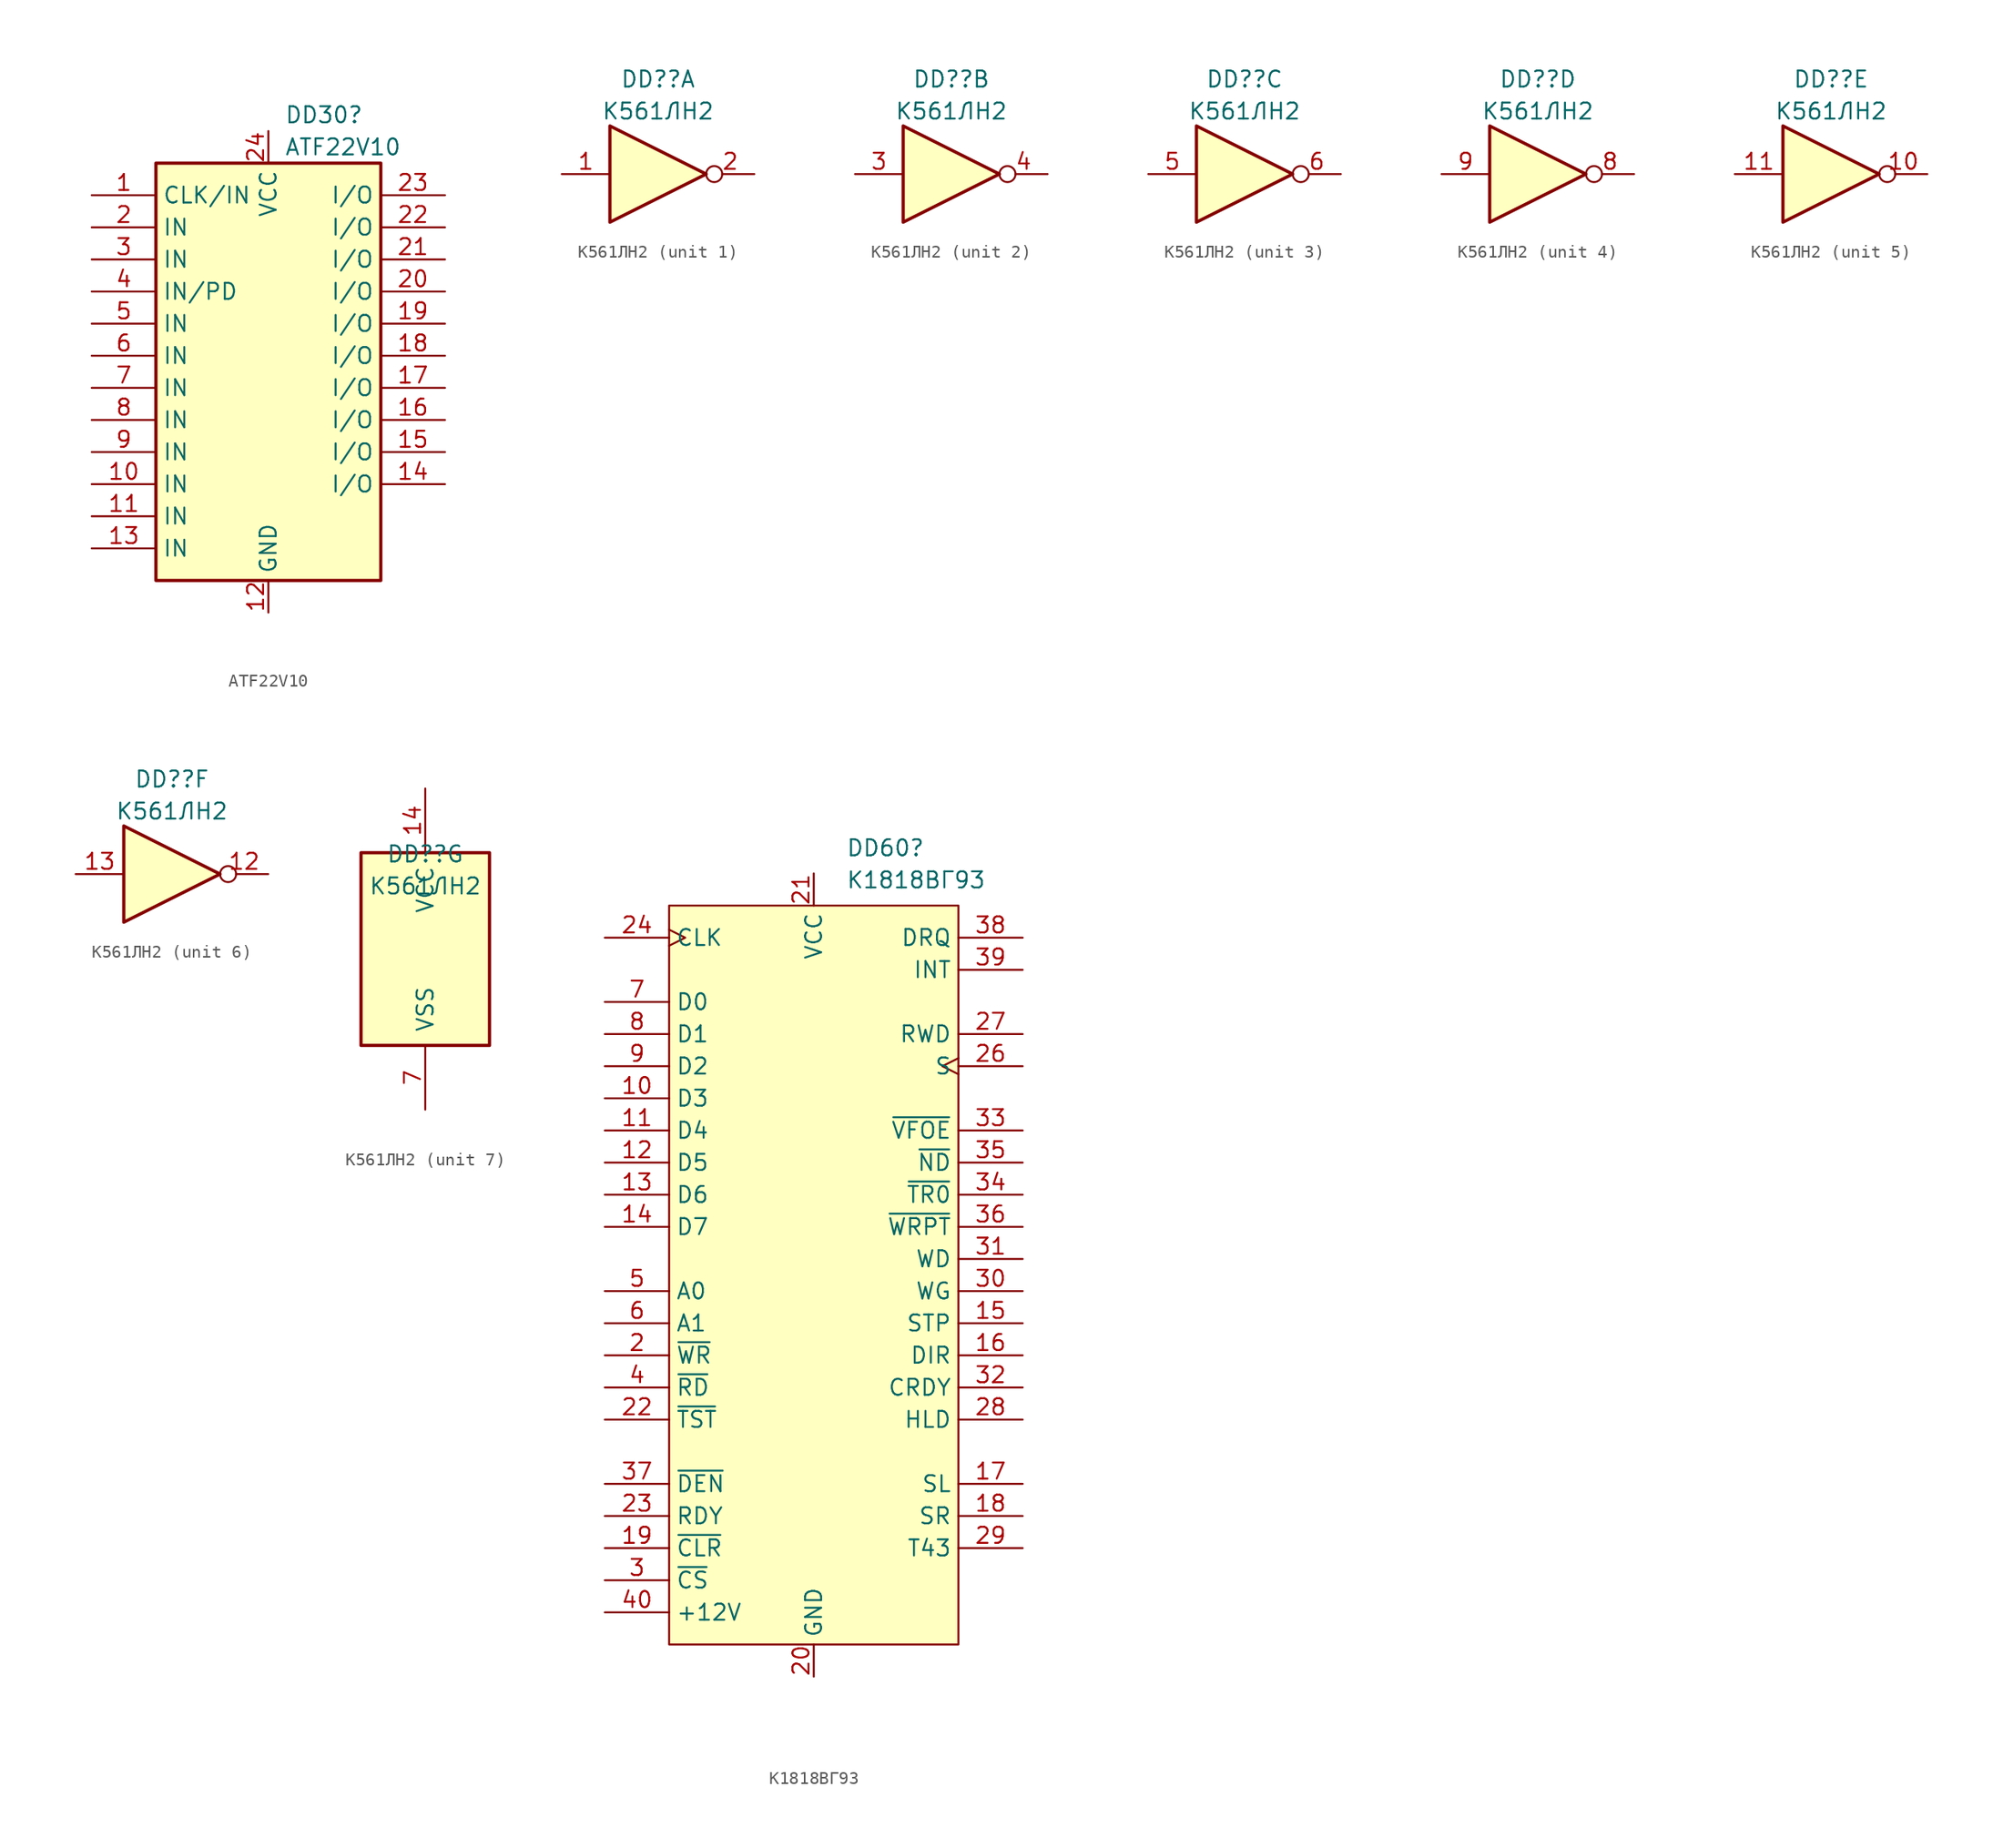
<source format=kicad_sym>
(kicad_symbol_lib
  (version 20211014)
  (generator kicad_symbol_editor)
  (symbol "ATF22V10"
    (property "Reference" "DD30"
      (at 1.27 20.32 0)
      (effects (font (size 1.27 1.27)) (justify left)))
    (property "Value" "ATF22V10"
      (at 1.27 17.78 0)
      (effects (font (size 1.27 1.27)) (justify left)))
    (symbol "ATF22V10_1_0"
      (rectangle (start -8.89 16.51) (end 8.89 -16.51) (stroke (width 0.254) (type default) (color 0 0 0 0)) (fill (type background)))
      (pin input line (at -13.97 13.97 0) (length 5.08) (name "CLK/IN" (effects (font (size 1.27 1.27)))) (number "1" (effects (font (size 1.27 1.27)))))
      (pin input line (at -13.97 -8.89 0) (length 5.08) (name "IN" (effects (font (size 1.27 1.27)))) (number "10" (effects (font (size 1.27 1.27)))))
      (pin input line (at -13.97 -11.43 0) (length 5.08) (name "IN" (effects (font (size 1.27 1.27)))) (number "11" (effects (font (size 1.27 1.27)))))
      (pin power_in line (at 0 -19.05 90) (length 2.54) (name "GND" (effects (font (size 1.27 1.27)))) (number "12" (effects (font (size 1.27 1.27)))))
      (pin input line (at -13.97 -13.97 0) (length 5.08) (name "IN" (effects (font (size 1.27 1.27)))) (number "13" (effects (font (size 1.27 1.27)))))
      (pin bidirectional line (at 13.97 -8.89 180) (length 5.08) (name "I/O" (effects (font (size 1.27 1.27)))) (number "14" (effects (font (size 1.27 1.27)))))
      (pin bidirectional line (at 13.97 -6.35 180) (length 5.08) (name "I/O" (effects (font (size 1.27 1.27)))) (number "15" (effects (font (size 1.27 1.27)))))
      (pin bidirectional line (at 13.97 -3.81 180) (length 5.08) (name "I/O" (effects (font (size 1.27 1.27)))) (number "16" (effects (font (size 1.27 1.27)))))
      (pin bidirectional line (at 13.97 -1.27 180) (length 5.08) (name "I/O" (effects (font (size 1.27 1.27)))) (number "17" (effects (font (size 1.27 1.27)))))
      (pin bidirectional line (at 13.97 1.27 180) (length 5.08) (name "I/O" (effects (font (size 1.27 1.27)))) (number "18" (effects (font (size 1.27 1.27)))))
      (pin bidirectional line (at 13.97 3.81 180) (length 5.08) (name "I/O" (effects (font (size 1.27 1.27)))) (number "19" (effects (font (size 1.27 1.27)))))
      (pin input line (at -13.97 11.43 0) (length 5.08) (name "IN" (effects (font (size 1.27 1.27)))) (number "2" (effects (font (size 1.27 1.27)))))
      (pin bidirectional line (at 13.97 6.35 180) (length 5.08) (name "I/O" (effects (font (size 1.27 1.27)))) (number "20" (effects (font (size 1.27 1.27)))))
      (pin bidirectional line (at 13.97 8.89 180) (length 5.08) (name "I/O" (effects (font (size 1.27 1.27)))) (number "21" (effects (font (size 1.27 1.27)))))
      (pin bidirectional line (at 13.97 11.43 180) (length 5.08) (name "I/O" (effects (font (size 1.27 1.27)))) (number "22" (effects (font (size 1.27 1.27)))))
      (pin bidirectional line (at 13.97 13.97 180) (length 5.08) (name "I/O" (effects (font (size 1.27 1.27)))) (number "23" (effects (font (size 1.27 1.27)))))
      (pin power_in line (at 0 19.05 270) (length 2.54) (name "VCC" (effects (font (size 1.27 1.27)))) (number "24" (effects (font (size 1.27 1.27)))))
      (pin input line (at -13.97 8.89 0) (length 5.08) (name "IN" (effects (font (size 1.27 1.27)))) (number "3" (effects (font (size 1.27 1.27)))))
      (pin input line (at -13.97 6.35 0) (length 5.08) (name "IN/PD" (effects (font (size 1.27 1.27)))) (number "4" (effects (font (size 1.27 1.27)))))
      (pin input line (at -13.97 3.81 0) (length 5.08) (name "IN" (effects (font (size 1.27 1.27)))) (number "5" (effects (font (size 1.27 1.27)))))
      (pin input line (at -13.97 1.27 0) (length 5.08) (name "IN" (effects (font (size 1.27 1.27)))) (number "6" (effects (font (size 1.27 1.27)))))
      (pin input line (at -13.97 -1.27 0) (length 5.08) (name "IN" (effects (font (size 1.27 1.27)))) (number "7" (effects (font (size 1.27 1.27)))))
      (pin input line (at -13.97 -3.81 0) (length 5.08) (name "IN" (effects (font (size 1.27 1.27)))) (number "8" (effects (font (size 1.27 1.27)))))
      (pin input line (at -13.97 -6.35 0) (length 5.08) (name "IN" (effects (font (size 1.27 1.27)))) (number "9" (effects (font (size 1.27 1.27)))))))
  (symbol "К561ЛН2"
    (pin_names
      (offset 1.016))
    (property "Reference" "DD?"
      (at 0 7.51 0)
      (effects (font (size 1.27 1.27))))
    (property "Value" "К561ЛН2"
      (at 0 4.973 0)
      (effects (font (size 1.27 1.27))))
    (property "ki_locked" ""
      (at 0 0 0)
      (effects (font (size 1.27 1.27))))
    (symbol "К561ЛН2_1_0"
      (polyline (pts (xy -3.81 3.81) (xy -3.81 -3.81) (xy 3.81 0) (xy -3.81 3.81)) (stroke (width 0.254) (type default) (color 0 0 0 0)) (fill (type background)))
      (pin input line (at -7.62 0 0) (length 3.81) (name "~" (effects (font (size 1.27 1.27)))) (number "1" (effects (font (size 1.27 1.27)))))
      (pin output inverted (at 7.62 0 180) (length 3.81) (name "~" (effects (font (size 1.27 1.27)))) (number "2" (effects (font (size 1.27 1.27))))))
    (symbol "К561ЛН2_2_0"
      (polyline (pts (xy -3.81 3.81) (xy -3.81 -3.81) (xy 3.81 0) (xy -3.81 3.81)) (stroke (width 0.254) (type default) (color 0 0 0 0)) (fill (type background)))
      (pin input line (at -7.62 0 0) (length 3.81) (name "~" (effects (font (size 1.27 1.27)))) (number "3" (effects (font (size 1.27 1.27)))))
      (pin output inverted (at 7.62 0 180) (length 3.81) (name "~" (effects (font (size 1.27 1.27)))) (number "4" (effects (font (size 1.27 1.27))))))
    (symbol "К561ЛН2_3_0"
      (polyline (pts (xy -3.81 3.81) (xy -3.81 -3.81) (xy 3.81 0) (xy -3.81 3.81)) (stroke (width 0.254) (type default) (color 0 0 0 0)) (fill (type background)))
      (pin input line (at -7.62 0 0) (length 3.81) (name "~" (effects (font (size 1.27 1.27)))) (number "5" (effects (font (size 1.27 1.27)))))
      (pin output inverted (at 7.62 0 180) (length 3.81) (name "~" (effects (font (size 1.27 1.27)))) (number "6" (effects (font (size 1.27 1.27))))))
    (symbol "К561ЛН2_4_0"
      (polyline (pts (xy -3.81 3.81) (xy -3.81 -3.81) (xy 3.81 0) (xy -3.81 3.81)) (stroke (width 0.254) (type default) (color 0 0 0 0)) (fill (type background)))
      (pin output inverted (at 7.62 0 180) (length 3.81) (name "~" (effects (font (size 1.27 1.27)))) (number "8" (effects (font (size 1.27 1.27)))))
      (pin input line (at -7.62 0 0) (length 3.81) (name "~" (effects (font (size 1.27 1.27)))) (number "9" (effects (font (size 1.27 1.27))))))
    (symbol "К561ЛН2_5_0"
      (polyline (pts (xy -3.81 3.81) (xy -3.81 -3.81) (xy 3.81 0) (xy -3.81 3.81)) (stroke (width 0.254) (type default) (color 0 0 0 0)) (fill (type background)))
      (pin output inverted (at 7.62 0 180) (length 3.81) (name "~" (effects (font (size 1.27 1.27)))) (number "10" (effects (font (size 1.27 1.27)))))
      (pin input line (at -7.62 0 0) (length 3.81) (name "~" (effects (font (size 1.27 1.27)))) (number "11" (effects (font (size 1.27 1.27))))))
    (symbol "К561ЛН2_6_0"
      (polyline (pts (xy -3.81 3.81) (xy -3.81 -3.81) (xy 3.81 0) (xy -3.81 3.81)) (stroke (width 0.254) (type default) (color 0 0 0 0)) (fill (type background)))
      (pin output inverted (at 7.62 0 180) (length 3.81) (name "~" (effects (font (size 1.27 1.27)))) (number "12" (effects (font (size 1.27 1.27)))))
      (pin input line (at -7.62 0 0) (length 3.81) (name "~" (effects (font (size 1.27 1.27)))) (number "13" (effects (font (size 1.27 1.27))))))
    (symbol "К561ЛН2_7_0"
      (pin power_in line (at 0 12.7 270) (length 5.08) (name "VCC" (effects (font (size 1.27 1.27)))) (number "14" (effects (font (size 1.27 1.27)))))
      (pin power_in line (at 0 -12.7 90) (length 5.08) (name "VSS" (effects (font (size 1.27 1.27)))) (number "7" (effects (font (size 1.27 1.27))))))
    (symbol "К561ЛН2_7_1"
      (rectangle (start -5.08 7.62) (end 5.08 -7.62) (stroke (width 0.254) (type default) (color 0 0 0 0)) (fill (type background)))))
  (symbol "К1818ВГ93"
    (property "Reference" "DD60"
      (at 2.54 33.02 0)
      (effects (font (size 1.27 1.27)) (justify left bottom)))
    (property "Value" "К1818ВГ93"
      (at 2.54 30.48 0)
      (effects (font (size 1.27 1.27)) (justify left bottom)))
    (symbol "К1818ВГ93_0_0"
      (pin no_connect line (at -13.97 24.13 0) (length 2.54) hide (name "NC" (effects (font (size 1.27 1.27)))) (number "1" (effects (font (size 1.27 1.27)))))
      (pin no_connect line (at -13.97 -13.97 0) (length 2.54) hide (name "RG" (effects (font (size 1.27 1.27)))) (number "25" (effects (font (size 1.27 1.27))))))
    (symbol "К1818ВГ93_0_1"
      (rectangle (start -11.43 -29.21) (end 11.43 29.21) (stroke (width 0.152) (type default) (color 0 0 0 0)) (fill (type background))))
    (symbol "К1818ВГ93_1_0"
      (pin bidirectional line (at -16.51 13.97 0) (length 5.08) (name "D3" (effects (font (size 1.27 1.27)))) (number "10" (effects (font (size 1.27 1.27)))))
      (pin bidirectional line (at -16.51 11.43 0) (length 5.08) (name "D4" (effects (font (size 1.27 1.27)))) (number "11" (effects (font (size 1.27 1.27)))))
      (pin bidirectional line (at -16.51 8.89 0) (length 5.08) (name "D5" (effects (font (size 1.27 1.27)))) (number "12" (effects (font (size 1.27 1.27)))))
      (pin bidirectional line (at -16.51 6.35 0) (length 5.08) (name "D6" (effects (font (size 1.27 1.27)))) (number "13" (effects (font (size 1.27 1.27)))))
      (pin bidirectional line (at -16.51 3.81 0) (length 5.08) (name "D7" (effects (font (size 1.27 1.27)))) (number "14" (effects (font (size 1.27 1.27)))))
      (pin output line (at 16.51 -3.81 180) (length 5.08) (name "STP" (effects (font (size 1.27 1.27)))) (number "15" (effects (font (size 1.27 1.27)))))
      (pin output line (at 16.51 -6.35 180) (length 5.08) (name "DIR" (effects (font (size 1.27 1.27)))) (number "16" (effects (font (size 1.27 1.27)))))
      (pin output line (at 16.51 -16.51 180) (length 5.08) (name "SL" (effects (font (size 1.27 1.27)))) (number "17" (effects (font (size 1.27 1.27)))))
      (pin output line (at 16.51 -19.05 180) (length 5.08) (name "SR" (effects (font (size 1.27 1.27)))) (number "18" (effects (font (size 1.27 1.27)))))
      (pin input line (at -16.51 -21.59 0) (length 5.08) (name "~{CLR}" (effects (font (size 1.27 1.27)))) (number "19" (effects (font (size 1.27 1.27)))))
      (pin input line (at -16.51 -6.35 0) (length 5.08) (name "~{WR}" (effects (font (size 1.27 1.27)))) (number "2" (effects (font (size 1.27 1.27)))))
      (pin power_in line (at 0 -31.75 90) (length 2.54) (name "GND" (effects (font (size 1.27 1.27)))) (number "20" (effects (font (size 1.27 1.27)))))
      (pin power_in line (at 0 31.75 270) (length 2.54) (name "VCC" (effects (font (size 1.27 1.27)))) (number "21" (effects (font (size 1.27 1.27)))))
      (pin input line (at -16.51 -11.43 0) (length 5.08) (name "~{TST}" (effects (font (size 1.27 1.27)))) (number "22" (effects (font (size 1.27 1.27)))))
      (pin input line (at -16.51 -19.05 0) (length 5.08) (name "RDY" (effects (font (size 1.27 1.27)))) (number "23" (effects (font (size 1.27 1.27)))))
      (pin input clock (at -16.51 26.67 0) (length 5.08) (name "CLK" (effects (font (size 1.27 1.27)))) (number "24" (effects (font (size 1.27 1.27)))))
      (pin input clock (at 16.51 16.51 180) (length 5.08) (name "S" (effects (font (size 1.27 1.27)))) (number "26" (effects (font (size 1.27 1.27)))))
      (pin input line (at 16.51 19.05 180) (length 5.08) (name "RWD" (effects (font (size 1.27 1.27)))) (number "27" (effects (font (size 1.27 1.27)))))
      (pin output line (at 16.51 -11.43 180) (length 5.08) (name "HLD" (effects (font (size 1.27 1.27)))) (number "28" (effects (font (size 1.27 1.27)))))
      (pin output line (at 16.51 -21.59 180) (length 5.08) (name "T43" (effects (font (size 1.27 1.27)))) (number "29" (effects (font (size 1.27 1.27)))))
      (pin input line (at -16.51 -24.13 0) (length 5.08) (name "~{CS}" (effects (font (size 1.27 1.27)))) (number "3" (effects (font (size 1.27 1.27)))))
      (pin output line (at 16.51 -1.27 180) (length 5.08) (name "WG" (effects (font (size 1.27 1.27)))) (number "30" (effects (font (size 1.27 1.27)))))
      (pin output line (at 16.51 1.27 180) (length 5.08) (name "WD" (effects (font (size 1.27 1.27)))) (number "31" (effects (font (size 1.27 1.27)))))
      (pin input line (at 16.51 -8.89 180) (length 5.08) (name "CRDY" (effects (font (size 1.27 1.27)))) (number "32" (effects (font (size 1.27 1.27)))))
      (pin bidirectional line (at 16.51 11.43 180) (length 5.08) (name "~{VFOE}" (effects (font (size 1.27 1.27)))) (number "33" (effects (font (size 1.27 1.27)))))
      (pin input line (at 16.51 6.35 180) (length 5.08) (name "~{TR0}" (effects (font (size 1.27 1.27)))) (number "34" (effects (font (size 1.27 1.27)))))
      (pin input line (at 16.51 8.89 180) (length 5.08) (name "~{ND}" (effects (font (size 1.27 1.27)))) (number "35" (effects (font (size 1.27 1.27)))))
      (pin input line (at 16.51 3.81 180) (length 5.08) (name "~{WRPT}" (effects (font (size 1.27 1.27)))) (number "36" (effects (font (size 1.27 1.27)))))
      (pin input line (at -16.51 -16.51 0) (length 5.08) (name "~{DEN}" (effects (font (size 1.27 1.27)))) (number "37" (effects (font (size 1.27 1.27)))))
      (pin output line (at 16.51 26.67 180) (length 5.08) (name "DRQ" (effects (font (size 1.27 1.27)))) (number "38" (effects (font (size 1.27 1.27)))))
      (pin output line (at 16.51 24.13 180) (length 5.08) (name "INT" (effects (font (size 1.27 1.27)))) (number "39" (effects (font (size 1.27 1.27)))))
      (pin input line (at -16.51 -8.89 0) (length 5.08) (name "~{RD}" (effects (font (size 1.27 1.27)))) (number "4" (effects (font (size 1.27 1.27)))))
      (pin power_in line (at -16.51 -26.67 0) (length 5.08) (name "+12V" (effects (font (size 1.27 1.27)))) (number "40" (effects (font (size 1.27 1.27)))))
      (pin input line (at -16.51 -1.27 0) (length 5.08) (name "A0" (effects (font (size 1.27 1.27)))) (number "5" (effects (font (size 1.27 1.27)))))
      (pin input line (at -16.51 -3.81 0) (length 5.08) (name "A1" (effects (font (size 1.27 1.27)))) (number "6" (effects (font (size 1.27 1.27)))))
      (pin bidirectional line (at -16.51 21.59 0) (length 5.08) (name "D0" (effects (font (size 1.27 1.27)))) (number "7" (effects (font (size 1.27 1.27)))))
      (pin bidirectional line (at -16.51 19.05 0) (length 5.08) (name "D1" (effects (font (size 1.27 1.27)))) (number "8" (effects (font (size 1.27 1.27)))))
      (pin bidirectional line (at -16.51 16.51 0) (length 5.08) (name "D2" (effects (font (size 1.27 1.27)))) (number "9" (effects (font (size 1.27 1.27))))))))
</source>
